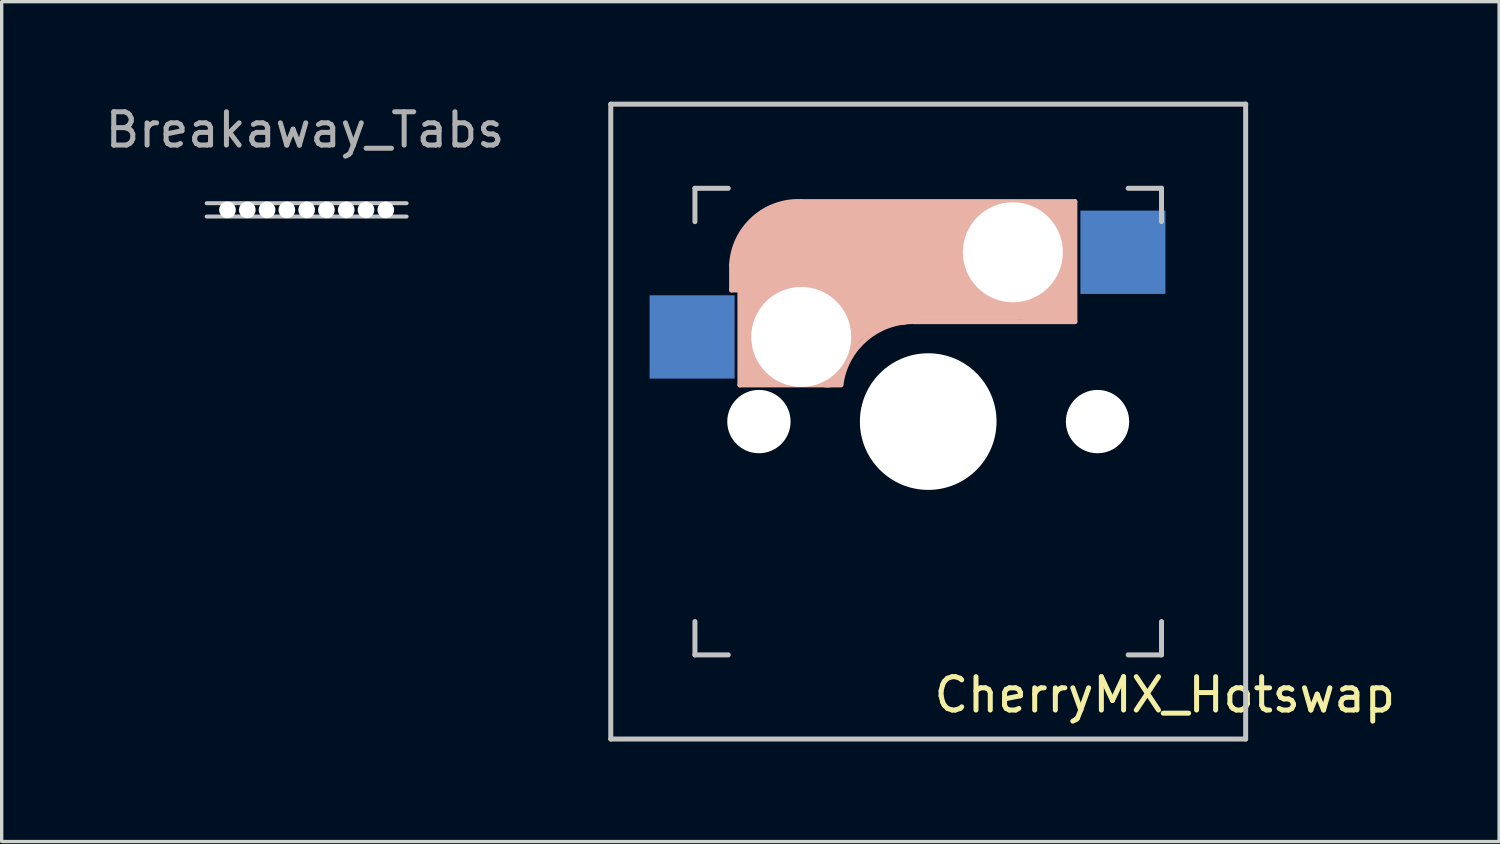
<source format=kicad_pcb>
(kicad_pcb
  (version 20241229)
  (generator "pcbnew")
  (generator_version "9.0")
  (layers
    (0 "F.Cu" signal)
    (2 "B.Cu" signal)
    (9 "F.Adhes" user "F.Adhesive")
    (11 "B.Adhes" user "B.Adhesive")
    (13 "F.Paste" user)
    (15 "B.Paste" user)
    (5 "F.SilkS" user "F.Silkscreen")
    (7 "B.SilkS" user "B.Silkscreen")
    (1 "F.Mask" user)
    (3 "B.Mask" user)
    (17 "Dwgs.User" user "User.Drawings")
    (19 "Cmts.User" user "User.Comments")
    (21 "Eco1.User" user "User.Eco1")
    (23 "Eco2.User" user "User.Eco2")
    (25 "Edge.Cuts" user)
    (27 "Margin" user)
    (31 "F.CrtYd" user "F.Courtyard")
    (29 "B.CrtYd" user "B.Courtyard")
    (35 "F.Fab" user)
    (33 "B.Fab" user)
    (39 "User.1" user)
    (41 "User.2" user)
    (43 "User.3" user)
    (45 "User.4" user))
  (footprint "CherryMX_Hotswap"
    (layer "F.Cu")
    (at 24.802 9.6)
    (property "Reference" "CherryMX_Hotswap" (at 7.1 8.2 0) (layer "F.SilkS") (effects (font (size 1 1) (thickness 0.15))))
    (attr through_hole)
    (fp_line (start -9.5 -9.5) (end -9.5 -9.5) (stroke (width 0.1) (type default)) (layer "F.SilkS"))
    (fp_line (start -9.5 9.5) (end -9.5 9.5) (stroke (width 0.1) (type default)) (layer "F.SilkS"))
    (fp_line (start 9.5 -9.5) (end 9.5 -9.5) (stroke (width 0.1) (type default)) (layer "F.SilkS"))
    (fp_line (start -5.9 -4.7) (end -5.9 -3.95) (stroke (width 0.15) (type solid)) (layer "B.SilkS"))
    (fp_line (start -5.9 -3.95) (end -5.7 -3.95) (stroke (width 0.15) (type solid)) (layer "B.SilkS"))
    (fp_line (start -5.8 -4.05) (end -5.8 -4.7) (stroke (width 0.3) (type solid)) (layer "B.SilkS"))
    (fp_line (start -5.65 -5.55) (end -5.65 -1.1) (stroke (width 0.15) (type solid)) (layer "B.SilkS"))
    (fp_line (start -5.65 -1.1) (end -2.62 -1.1) (stroke (width 0.15) (type solid)) (layer "B.SilkS"))
    (fp_line (start -5.45 -1.3) (end -3 -1.3) (stroke (width 0.5) (type solid)) (layer "B.SilkS"))
    (fp_line (start -5.3 -1.6) (end -5.3 -3.4) (stroke (width 0.8) (type solid)) (layer "B.SilkS"))
    (fp_line (start -4.17 -5.1) (end -4.17 -2.86) (stroke (width 3) (type solid)) (layer "B.SilkS"))
    (fp_line (start -0.4 -3) (end 4.4 -3) (stroke (width 0.15) (type solid)) (layer "B.SilkS"))
    (fp_line (start 2.6 -4.8) (end -4.1 -4.8) (stroke (width 3.5) (type solid)) (layer "B.SilkS"))
    (fp_line (start 3.9 -6) (end 3.9 -3.5) (stroke (width 1) (type solid)) (layer "B.SilkS"))
    (fp_line (start 4.2 -3.25) (end 2.9 -3.3) (stroke (width 0.5) (type solid)) (layer "B.SilkS"))
    (fp_line (start 4.25 -6.4) (end 3 -6.4) (stroke (width 0.4) (type solid)) (layer "B.SilkS"))
    (fp_line (start 4.38 -4) (end 4.38 -6.25) (stroke (width 0.15) (type solid)) (layer "B.SilkS"))
    (fp_line (start 4.4 -6.6) (end -3.8 -6.6) (stroke (width 0.15) (type solid)) (layer "B.SilkS"))
    (fp_line (start 4.4 -3) (end 4.4 -6.6) (stroke (width 0.15) (type solid)) (layer "B.SilkS"))
    (fp_arc (start -5.9 -4.699999) (mid -5.243504 -6.084924) (end -3.800001 -6.6) (stroke (width 0.15) (type solid)) (layer "B.SilkS"))
    (fp_arc (start -3.016318 -1.521471) (mid -2.268709 -2.886118) (end -0.8 -3.4) (stroke (width 1) (type solid)) (layer "B.SilkS"))
    (fp_arc (start -2.616318 -1.121471) (mid -1.868709 -2.486118) (end -0.4 -3) (stroke (width 0.15) (type solid)) (layer "B.SilkS"))
    (fp_line (start -9.525 -9.525) (end 9.525 -9.525) (stroke (width 0.15) (type solid)) (layer "Dwgs.User"))
    (fp_line (start -9.525 9.525) (end -9.525 -9.525) (stroke (width 0.15) (type solid)) (layer "Dwgs.User"))
    (fp_line (start -7 -7) (end -6 -7) (stroke (width 0.15) (type solid)) (layer "Dwgs.User"))
    (fp_line (start -7 -6) (end -7 -7) (stroke (width 0.15) (type solid)) (layer "Dwgs.User"))
    (fp_line (start -7 6) (end -7 7) (stroke (width 0.15) (type solid)) (layer "Dwgs.User"))
    (fp_line (start -7 7) (end -6 7) (stroke (width 0.15) (type solid)) (layer "Dwgs.User"))
    (fp_line (start 6 7) (end 7 7) (stroke (width 0.15) (type solid)) (layer "Dwgs.User"))
    (fp_line (start 7 -7) (end 6 -7) (stroke (width 0.15) (type solid)) (layer "Dwgs.User"))
    (fp_line (start 7 -7) (end 7 -6) (stroke (width 0.15) (type solid)) (layer "Dwgs.User"))
    (fp_line (start 7 7) (end 7 6) (stroke (width 0.15) (type solid)) (layer "Dwgs.User"))
    (fp_line (start 9.525 -9.525) (end 9.525 9.525) (stroke (width 0.15) (type solid)) (layer "Dwgs.User"))
    (fp_line (start 9.525 9.525) (end -9.525 9.525) (stroke (width 0.15) (type solid)) (layer "Dwgs.User"))
    (pad "" np_thru_hole circle (at -5.08 0) (size 1.9 1.9) (drill 1.9) (layers "*.Cu" "*.Mask"))
    (pad "" np_thru_hole circle (at -3.81 -2.54) (size 3 3) (drill 3) (layers "*.Cu" "*.Mask"))
    (pad "" np_thru_hole circle (at 0 0 90) (size 4.1 4.1) (drill 4.1) (layers "*.Cu" "*.Mask"))
    (pad "" np_thru_hole circle (at 2.54 -5.08) (size 3 3) (drill 3) (layers "*.Cu" "*.Mask"))
    (pad "" np_thru_hole circle (at 5.08 0) (size 1.9 1.9) (drill 1.9) (layers "*.Cu" "*.Mask"))
    (pad "1" smd rect (at -7.085 -2.54 180) (size 2.55 2.5) (layers "B.Cu" "B.Mask" "B.Paste"))
    (pad "2" smd rect (at 5.842 -5.08 180) (size 2.55 2.5) (layers "B.Cu" "B.Mask" "B.Paste")))
  (footprint "Breakaway_Tabs"
    (layer "F.Cu")
    (at 6.151 3.248)
    (property "Reference" "Breakaway_Tabs" (at -0.05 -2.4 0) (layer "F.Fab") (effects (font (size 1 1) (thickness 0.15))))
    (attr through_hole)
    (fp_line (start -3 -0.2) (end 3 -0.2) (stroke (width 0.12) (type solid)) (layer "Dwgs.User"))
    (fp_line (start -3 0.2) (end 3 0.2) (stroke (width 0.12) (type solid)) (layer "Dwgs.User"))
    (pad "" np_thru_hole circle (at -2.375 0) (size 0.5 0.5) (drill 0.5) (layers "*.Cu" "*.Mask"))
    (pad "" np_thru_hole circle (at -1.781 0) (size 0.5 0.5) (drill 0.5) (layers "*.Cu" "*.Mask"))
    (pad "" np_thru_hole circle (at -1.188 0) (size 0.5 0.5) (drill 0.5) (layers "*.Cu" "*.Mask"))
    (pad "" np_thru_hole circle (at -0.594 0) (size 0.5 0.5) (drill 0.5) (layers "*.Cu" "*.Mask"))
    (pad "" np_thru_hole circle (at 0 0) (size 0.5 0.5) (drill 0.5) (layers "*.Cu" "*.Mask"))
    (pad "" np_thru_hole circle (at 0.594 0) (size 0.5 0.5) (drill 0.5) (layers "*.Cu" "*.Mask"))
    (pad "" np_thru_hole circle (at 1.188 0) (size 0.5 0.5) (drill 0.5) (layers "*.Cu" "*.Mask"))
    (pad "" np_thru_hole circle (at 1.781 0) (size 0.5 0.5) (drill 0.5) (layers "*.Cu" "*.Mask"))
    (pad "" np_thru_hole circle (at 2.375 0) (size 0.5 0.5) (drill 0.5) (layers "*.Cu" "*.Mask")))
  (gr_rect
    (start -3 -3)
    (end 41.932 22.2)
    (stroke (width 0.1) (type default))
    (fill no)
    (layer "Edge.Cuts")))
</source>
